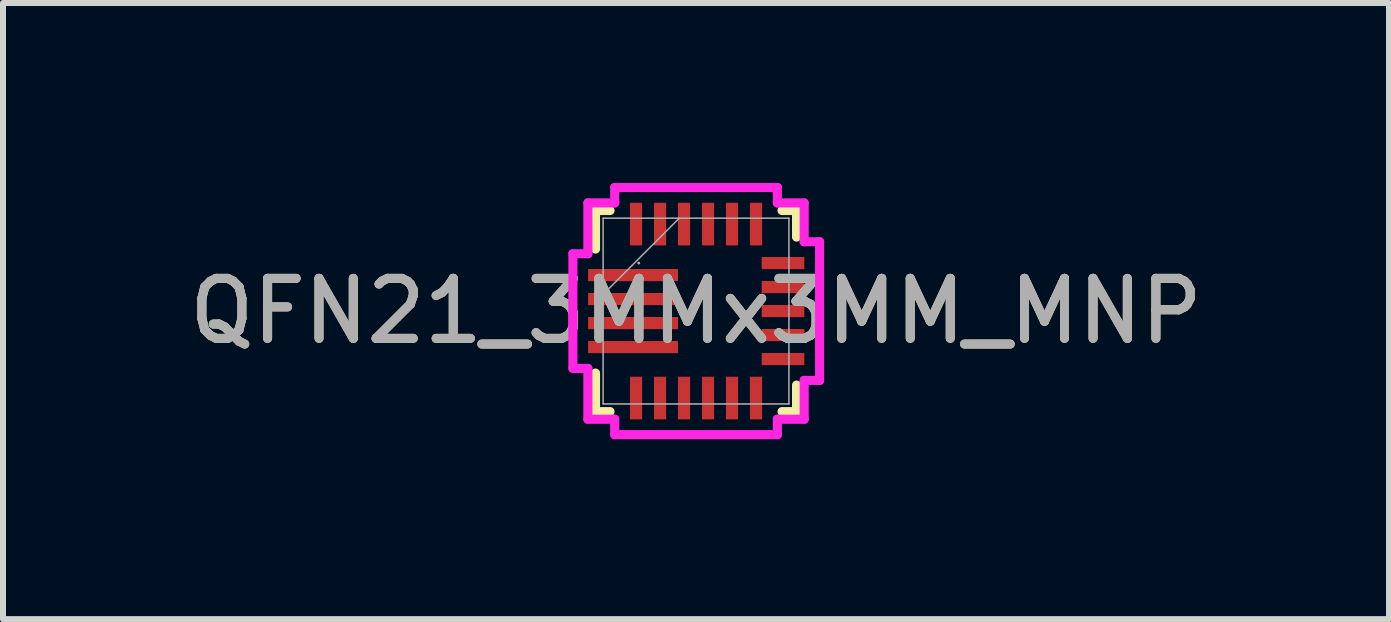
<source format=kicad_pcb>
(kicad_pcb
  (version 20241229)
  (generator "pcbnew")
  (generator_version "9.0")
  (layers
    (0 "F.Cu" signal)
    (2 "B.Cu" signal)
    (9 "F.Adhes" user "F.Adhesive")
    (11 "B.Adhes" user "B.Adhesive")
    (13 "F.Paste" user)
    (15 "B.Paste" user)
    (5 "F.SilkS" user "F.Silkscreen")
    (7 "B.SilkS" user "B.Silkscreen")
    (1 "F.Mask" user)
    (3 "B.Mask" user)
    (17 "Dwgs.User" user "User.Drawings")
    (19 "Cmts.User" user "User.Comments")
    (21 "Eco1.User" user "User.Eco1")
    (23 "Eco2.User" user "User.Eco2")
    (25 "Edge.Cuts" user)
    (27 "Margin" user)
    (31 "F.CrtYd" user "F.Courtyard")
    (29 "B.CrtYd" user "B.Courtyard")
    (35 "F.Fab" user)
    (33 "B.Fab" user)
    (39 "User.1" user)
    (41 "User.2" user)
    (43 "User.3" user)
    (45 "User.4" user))
  (footprint "QFN21_3MMx3MM_MNP"
    (layer "F.Cu")
    (at 8.554 2.136)
    (property "Reference" "QFN21_3MMx3MM_MNP" (at 0 0 0) (unlocked yes) (layer "F.SilkS") (effects (font (size 1 1) (thickness 0.15))))
    (attr smd)
    (fp_line (start -1.676 -1.676) (end -1.676 -1.034) (stroke (width 0.152) (type solid)) (layer "F.SilkS"))
    (fp_line (start -1.676 1.034) (end -1.676 1.676) (stroke (width 0.152) (type solid)) (layer "F.SilkS"))
    (fp_line (start -1.676 1.676) (end -1.434 1.676) (stroke (width 0.152) (type solid)) (layer "F.SilkS"))
    (fp_line (start -1.434 -1.676) (end -1.676 -1.676) (stroke (width 0.152) (type solid)) (layer "F.SilkS"))
    (fp_line (start 1.434 1.676) (end 1.676 1.676) (stroke (width 0.152) (type solid)) (layer "F.SilkS"))
    (fp_line (start 1.676 -1.676) (end 1.434 -1.676) (stroke (width 0.152) (type solid)) (layer "F.SilkS"))
    (fp_line (start 1.676 -1.234) (end 1.676 -1.676) (stroke (width 0.152) (type solid)) (layer "F.SilkS"))
    (fp_line (start 1.676 1.676) (end 1.676 1.234) (stroke (width 0.152) (type solid)) (layer "F.SilkS"))
    (fp_line (start -2.053 -0.956) (end -2.053 0.956) (stroke (width 0.152) (type solid)) (layer "F.CrtYd"))
    (fp_line (start -2.053 0.956) (end -1.803 0.956) (stroke (width 0.152) (type solid)) (layer "F.CrtYd"))
    (fp_line (start -1.803 -1.803) (end -1.803 -0.956) (stroke (width 0.152) (type solid)) (layer "F.CrtYd"))
    (fp_line (start -1.803 -0.956) (end -2.053 -0.956) (stroke (width 0.152) (type solid)) (layer "F.CrtYd"))
    (fp_line (start -1.803 0.956) (end -1.803 1.803) (stroke (width 0.152) (type solid)) (layer "F.CrtYd"))
    (fp_line (start -1.803 1.803) (end -1.356 1.803) (stroke (width 0.152) (type solid)) (layer "F.CrtYd"))
    (fp_line (start -1.356 -2.06) (end -1.356 -1.803) (stroke (width 0.152) (type solid)) (layer "F.CrtYd"))
    (fp_line (start -1.356 -1.803) (end -1.803 -1.803) (stroke (width 0.152) (type solid)) (layer "F.CrtYd"))
    (fp_line (start -1.356 1.803) (end -1.356 2.06) (stroke (width 0.152) (type solid)) (layer "F.CrtYd"))
    (fp_line (start -1.356 2.06) (end 1.356 2.06) (stroke (width 0.152) (type solid)) (layer "F.CrtYd"))
    (fp_line (start 1.356 -2.06) (end -1.356 -2.06) (stroke (width 0.152) (type solid)) (layer "F.CrtYd"))
    (fp_line (start 1.356 -1.803) (end 1.356 -2.06) (stroke (width 0.152) (type solid)) (layer "F.CrtYd"))
    (fp_line (start 1.356 1.803) (end 1.803 1.803) (stroke (width 0.152) (type solid)) (layer "F.CrtYd"))
    (fp_line (start 1.356 2.06) (end 1.356 1.803) (stroke (width 0.152) (type solid)) (layer "F.CrtYd"))
    (fp_line (start 1.803 -1.803) (end 1.356 -1.803) (stroke (width 0.152) (type solid)) (layer "F.CrtYd"))
    (fp_line (start 1.803 -1.156) (end 1.803 -1.803) (stroke (width 0.152) (type solid)) (layer "F.CrtYd"))
    (fp_line (start 1.803 1.156) (end 2.06 1.156) (stroke (width 0.152) (type solid)) (layer "F.CrtYd"))
    (fp_line (start 1.803 1.803) (end 1.803 1.156) (stroke (width 0.152) (type solid)) (layer "F.CrtYd"))
    (fp_line (start 2.06 -1.156) (end 1.803 -1.156) (stroke (width 0.152) (type solid)) (layer "F.CrtYd"))
    (fp_line (start 2.06 1.156) (end 2.06 -1.156) (stroke (width 0.152) (type solid)) (layer "F.CrtYd"))
    (fp_line (start -1.549 -1.549) (end -1.549 1.549) (stroke (width 0.025) (type solid)) (layer "F.Fab"))
    (fp_line (start -1.549 -0.279) (end -0.279 -1.549) (stroke (width 0.025) (type solid)) (layer "F.Fab"))
    (fp_line (start -1.549 1.549) (end 1.549 1.549) (stroke (width 0.025) (type solid)) (layer "F.Fab"))
    (fp_line (start 1.549 -1.549) (end -1.549 -1.549) (stroke (width 0.025) (type solid)) (layer "F.Fab"))
    (fp_line (start 1.549 1.549) (end 1.549 -1.549) (stroke (width 0.025) (type solid)) (layer "F.Fab"))
    (fp_circle (center -0.955 -0.8) (end -0.955 -0.8) (stroke (width 0.025) (type solid)) (fill no) (layer "F.Fab"))
    (fp_text user "${REFERENCE}" (at 0 0 0) (unlocked yes) (layer "F.Fab") (effects (font (size 1 1) (thickness 0.15))))
    (pad "1" smd rect (at -1.05 -0.6) (size 1.499 0.203) (layers "F.Cu" "F.Mask" "F.Paste"))
    (pad "2" smd rect (at -1.05 -0.2) (size 1.499 0.203) (layers "F.Cu" "F.Mask" "F.Paste"))
    (pad "3" smd rect (at -1.05 0.2) (size 1.499 0.203) (layers "F.Cu" "F.Mask" "F.Paste"))
    (pad "4" smd rect (at -1.05 0.6) (size 1.499 0.203) (layers "F.Cu" "F.Mask" "F.Paste"))
    (pad "5" smd rect (at -1 1.45 90) (size 0.711 0.203) (layers "F.Cu" "F.Mask" "F.Paste"))
    (pad "6" smd rect (at -0.6 1.45 90) (size 0.711 0.203) (layers "F.Cu" "F.Mask" "F.Paste"))
    (pad "7" smd rect (at -0.2 1.45 90) (size 0.711 0.203) (layers "F.Cu" "F.Mask" "F.Paste"))
    (pad "8" smd rect (at 0.2 1.45 90) (size 0.711 0.203) (layers "F.Cu" "F.Mask" "F.Paste"))
    (pad "9" smd rect (at 0.6 1.45 90) (size 0.711 0.203) (layers "F.Cu" "F.Mask" "F.Paste"))
    (pad "10" smd rect (at 1 1.45 90) (size 0.711 0.203) (layers "F.Cu" "F.Mask" "F.Paste"))
    (pad "11" smd rect (at 1.45 0.8) (size 0.711 0.203) (layers "F.Cu" "F.Mask" "F.Paste"))
    (pad "12" smd rect (at 1.45 0.4) (size 0.711 0.203) (layers "F.Cu" "F.Mask" "F.Paste"))
    (pad "13" smd rect (at 1.45 0) (size 0.711 0.203) (layers "F.Cu" "F.Mask" "F.Paste"))
    (pad "14" smd rect (at 1.45 -0.4) (size 0.711 0.203) (layers "F.Cu" "F.Mask" "F.Paste"))
    (pad "15" smd rect (at 1.45 -0.8) (size 0.711 0.203) (layers "F.Cu" "F.Mask" "F.Paste"))
    (pad "16" smd rect (at 1 -1.45 90) (size 0.711 0.203) (layers "F.Cu" "F.Mask" "F.Paste"))
    (pad "17" smd rect (at 0.6 -1.45 90) (size 0.711 0.203) (layers "F.Cu" "F.Mask" "F.Paste"))
    (pad "18" smd rect (at 0.2 -1.45 90) (size 0.711 0.203) (layers "F.Cu" "F.Mask" "F.Paste"))
    (pad "19" smd rect (at -0.2 -1.45 90) (size 0.711 0.203) (layers "F.Cu" "F.Mask" "F.Paste"))
    (pad "20" smd rect (at -0.6 -1.45 90) (size 0.711 0.203) (layers "F.Cu" "F.Mask" "F.Paste"))
    (pad "21" smd rect (at -1 -1.45 90) (size 0.711 0.203) (layers "F.Cu" "F.Mask" "F.Paste")))
  (gr_rect
    (start -3 -3)
    (end 20.107 7.272)
    (stroke (width 0.1) (type default))
    (fill no)
    (layer "Edge.Cuts")))
</source>
